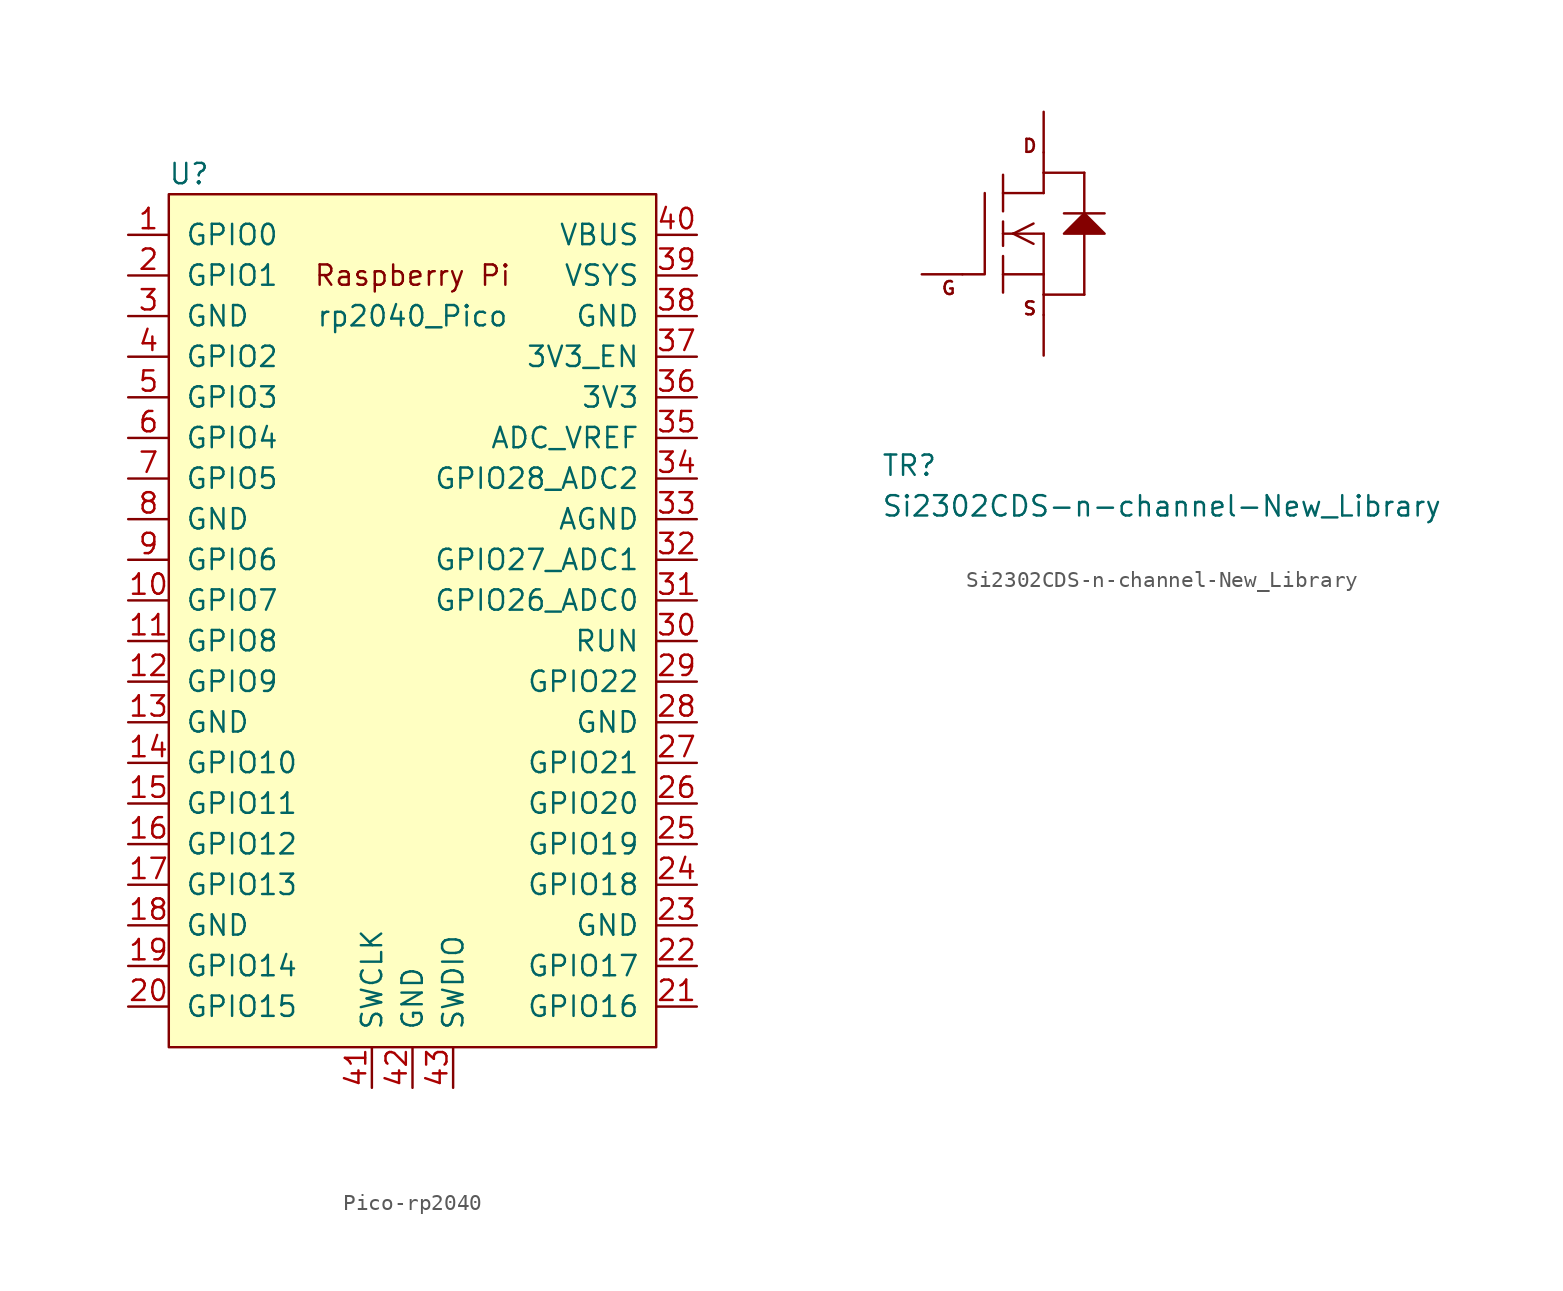
<source format=kicad_sym>
(kicad_symbol_lib
  (version 20231120)
  (generator "kicad_symbol_editor")
  (generator_version "8.0")
  (symbol "Pico-rp2040"
    (pin_names
      (offset 1.016))
    (property "Reference" "U"
      (at -13.97 27.94 0)
      (effects (font (size 1.27 1.27))))
    (property "Value" "rp2040_Pico"
      (at 0 19.05 0)
      (effects (font (size 1.27 1.27))))
    (symbol "Pico-rp2040_0_0"
      (text "Raspberry Pi" (at 0 21.59 0) (effects (font (size 1.27 1.27)))))
    (symbol "Pico-rp2040_0_1"
      (rectangle (start -15.24 26.67) (end 15.24 -26.67) (stroke (width 0) (type solid)) (fill (type background))))
    (symbol "Pico-rp2040_1_1"
      (pin bidirectional line (at -17.78 24.13 0) (length 2.54) (name "GPIO0" (effects (font (size 1.27 1.27)))) (number "1" (effects (font (size 1.27 1.27)))))
      (pin bidirectional line (at -17.78 1.27 0) (length 2.54) (name "GPIO7" (effects (font (size 1.27 1.27)))) (number "10" (effects (font (size 1.27 1.27)))))
      (pin bidirectional line (at -17.78 -1.27 0) (length 2.54) (name "GPIO8" (effects (font (size 1.27 1.27)))) (number "11" (effects (font (size 1.27 1.27)))))
      (pin bidirectional line (at -17.78 -3.81 0) (length 2.54) (name "GPIO9" (effects (font (size 1.27 1.27)))) (number "12" (effects (font (size 1.27 1.27)))))
      (pin power_in line (at -17.78 -6.35 0) (length 2.54) (name "GND" (effects (font (size 1.27 1.27)))) (number "13" (effects (font (size 1.27 1.27)))))
      (pin bidirectional line (at -17.78 -8.89 0) (length 2.54) (name "GPIO10" (effects (font (size 1.27 1.27)))) (number "14" (effects (font (size 1.27 1.27)))))
      (pin bidirectional line (at -17.78 -11.43 0) (length 2.54) (name "GPIO11" (effects (font (size 1.27 1.27)))) (number "15" (effects (font (size 1.27 1.27)))))
      (pin bidirectional line (at -17.78 -13.97 0) (length 2.54) (name "GPIO12" (effects (font (size 1.27 1.27)))) (number "16" (effects (font (size 1.27 1.27)))))
      (pin bidirectional line (at -17.78 -16.51 0) (length 2.54) (name "GPIO13" (effects (font (size 1.27 1.27)))) (number "17" (effects (font (size 1.27 1.27)))))
      (pin power_in line (at -17.78 -19.05 0) (length 2.54) (name "GND" (effects (font (size 1.27 1.27)))) (number "18" (effects (font (size 1.27 1.27)))))
      (pin bidirectional line (at -17.78 -21.59 0) (length 2.54) (name "GPIO14" (effects (font (size 1.27 1.27)))) (number "19" (effects (font (size 1.27 1.27)))))
      (pin bidirectional line (at -17.78 21.59 0) (length 2.54) (name "GPIO1" (effects (font (size 1.27 1.27)))) (number "2" (effects (font (size 1.27 1.27)))))
      (pin bidirectional line (at -17.78 -24.13 0) (length 2.54) (name "GPIO15" (effects (font (size 1.27 1.27)))) (number "20" (effects (font (size 1.27 1.27)))))
      (pin bidirectional line (at 17.78 -24.13 180) (length 2.54) (name "GPIO16" (effects (font (size 1.27 1.27)))) (number "21" (effects (font (size 1.27 1.27)))))
      (pin bidirectional line (at 17.78 -21.59 180) (length 2.54) (name "GPIO17" (effects (font (size 1.27 1.27)))) (number "22" (effects (font (size 1.27 1.27)))))
      (pin power_in line (at 17.78 -19.05 180) (length 2.54) (name "GND" (effects (font (size 1.27 1.27)))) (number "23" (effects (font (size 1.27 1.27)))))
      (pin bidirectional line (at 17.78 -16.51 180) (length 2.54) (name "GPIO18" (effects (font (size 1.27 1.27)))) (number "24" (effects (font (size 1.27 1.27)))))
      (pin bidirectional line (at 17.78 -13.97 180) (length 2.54) (name "GPIO19" (effects (font (size 1.27 1.27)))) (number "25" (effects (font (size 1.27 1.27)))))
      (pin bidirectional line (at 17.78 -11.43 180) (length 2.54) (name "GPIO20" (effects (font (size 1.27 1.27)))) (number "26" (effects (font (size 1.27 1.27)))))
      (pin bidirectional line (at 17.78 -8.89 180) (length 2.54) (name "GPIO21" (effects (font (size 1.27 1.27)))) (number "27" (effects (font (size 1.27 1.27)))))
      (pin power_in line (at 17.78 -6.35 180) (length 2.54) (name "GND" (effects (font (size 1.27 1.27)))) (number "28" (effects (font (size 1.27 1.27)))))
      (pin bidirectional line (at 17.78 -3.81 180) (length 2.54) (name "GPIO22" (effects (font (size 1.27 1.27)))) (number "29" (effects (font (size 1.27 1.27)))))
      (pin power_in line (at -17.78 19.05 0) (length 2.54) (name "GND" (effects (font (size 1.27 1.27)))) (number "3" (effects (font (size 1.27 1.27)))))
      (pin input line (at 17.78 -1.27 180) (length 2.54) (name "RUN" (effects (font (size 1.27 1.27)))) (number "30" (effects (font (size 1.27 1.27)))))
      (pin bidirectional line (at 17.78 1.27 180) (length 2.54) (name "GPIO26_ADC0" (effects (font (size 1.27 1.27)))) (number "31" (effects (font (size 1.27 1.27)))))
      (pin bidirectional line (at 17.78 3.81 180) (length 2.54) (name "GPIO27_ADC1" (effects (font (size 1.27 1.27)))) (number "32" (effects (font (size 1.27 1.27)))))
      (pin power_in line (at 17.78 6.35 180) (length 2.54) (name "AGND" (effects (font (size 1.27 1.27)))) (number "33" (effects (font (size 1.27 1.27)))))
      (pin bidirectional line (at 17.78 8.89 180) (length 2.54) (name "GPIO28_ADC2" (effects (font (size 1.27 1.27)))) (number "34" (effects (font (size 1.27 1.27)))))
      (pin unspecified line (at 17.78 11.43 180) (length 2.54) (name "ADC_VREF" (effects (font (size 1.27 1.27)))) (number "35" (effects (font (size 1.27 1.27)))))
      (pin unspecified line (at 17.78 13.97 180) (length 2.54) (name "3V3" (effects (font (size 1.27 1.27)))) (number "36" (effects (font (size 1.27 1.27)))))
      (pin input line (at 17.78 16.51 180) (length 2.54) (name "3V3_EN" (effects (font (size 1.27 1.27)))) (number "37" (effects (font (size 1.27 1.27)))))
      (pin bidirectional line (at 17.78 19.05 180) (length 2.54) (name "GND" (effects (font (size 1.27 1.27)))) (number "38" (effects (font (size 1.27 1.27)))))
      (pin unspecified line (at 17.78 21.59 180) (length 2.54) (name "VSYS" (effects (font (size 1.27 1.27)))) (number "39" (effects (font (size 1.27 1.27)))))
      (pin bidirectional line (at -17.78 16.51 0) (length 2.54) (name "GPIO2" (effects (font (size 1.27 1.27)))) (number "4" (effects (font (size 1.27 1.27)))))
      (pin unspecified line (at 17.78 24.13 180) (length 2.54) (name "VBUS" (effects (font (size 1.27 1.27)))) (number "40" (effects (font (size 1.27 1.27)))))
      (pin input line (at -2.54 -29.21 90) (length 2.54) (name "SWCLK" (effects (font (size 1.27 1.27)))) (number "41" (effects (font (size 1.27 1.27)))))
      (pin power_in line (at 0 -29.21 90) (length 2.54) (name "GND" (effects (font (size 1.27 1.27)))) (number "42" (effects (font (size 1.27 1.27)))))
      (pin bidirectional line (at 2.54 -29.21 90) (length 2.54) (name "SWDIO" (effects (font (size 1.27 1.27)))) (number "43" (effects (font (size 1.27 1.27)))))
      (pin bidirectional line (at -17.78 13.97 0) (length 2.54) (name "GPIO3" (effects (font (size 1.27 1.27)))) (number "5" (effects (font (size 1.27 1.27)))))
      (pin bidirectional line (at -17.78 11.43 0) (length 2.54) (name "GPIO4" (effects (font (size 1.27 1.27)))) (number "6" (effects (font (size 1.27 1.27)))))
      (pin bidirectional line (at -17.78 8.89 0) (length 2.54) (name "GPIO5" (effects (font (size 1.27 1.27)))) (number "7" (effects (font (size 1.27 1.27)))))
      (pin power_in line (at -17.78 6.35 0) (length 2.54) (name "GND" (effects (font (size 1.27 1.27)))) (number "8" (effects (font (size 1.27 1.27)))))
      (pin bidirectional line (at -17.78 3.81 0) (length 2.54) (name "GPIO6" (effects (font (size 1.27 1.27)))) (number "9" (effects (font (size 1.27 1.27)))))))
  (symbol "Si2302CDS-n-channel-New_Library"
    (pin_numbers hide)
    (pin_names
      (offset 1.016) hide)
    (property "Reference" "TR"
      (at -7.62 -15.24 0)
      (effects (font (size 1.27 1.27)) (justify left bottom)))
    (property "Value" "Si2302CDS-n-channel-New_Library"
      (at -7.62 -17.78 0)
      (effects (font (size 1.27 1.27)) (justify left bottom)))
    (symbol "Si2302CDS-n-channel-New_Library_1_0"
      (polyline (pts (xy -2.54 -2.54) (xy -1.219 -2.54)) (stroke (width 0) (type solid)) (fill (type none)))
      (polyline (pts (xy -1.143 2.54) (xy -1.143 -2.54)) (stroke (width 0) (type solid)) (fill (type none)))
      (polyline (pts (xy 0 -2.54) (xy 0 -3.683)) (stroke (width 0) (type solid)) (fill (type none)))
      (polyline (pts (xy 0 -2.54) (xy 2.54 -2.54)) (stroke (width 0) (type solid)) (fill (type none)))
      (polyline (pts (xy 0 -1.397) (xy 0 -2.54)) (stroke (width 0) (type solid)) (fill (type none)))
      (polyline (pts (xy 0 0) (xy 0 -0.762)) (stroke (width 0) (type solid)) (fill (type none)))
      (polyline (pts (xy 0 0) (xy 0.635 0)) (stroke (width 0) (type solid)) (fill (type none)))
      (polyline (pts (xy 0 0.762) (xy 0 0)) (stroke (width 0) (type solid)) (fill (type none)))
      (polyline (pts (xy 0 2.54) (xy 0 1.397)) (stroke (width 0) (type solid)) (fill (type none)))
      (polyline (pts (xy 0 2.54) (xy 2.54 2.54)) (stroke (width 0) (type solid)) (fill (type none)))
      (polyline (pts (xy 0 3.683) (xy 0 2.54)) (stroke (width 0) (type solid)) (fill (type none)))
      (polyline (pts (xy 0.635 0) (xy 2.54 0)) (stroke (width 0) (type solid)) (fill (type none)))
      (polyline (pts (xy 1.905 -0.635) (xy 0.635 0)) (stroke (width 0) (type solid)) (fill (type none)))
      (polyline (pts (xy 1.905 0.635) (xy 0.635 0)) (stroke (width 0) (type solid)) (fill (type none)))
      (polyline (pts (xy 2.54 -5.08) (xy 2.54 -3.81)) (stroke (width 0) (type solid)) (fill (type none)))
      (polyline (pts (xy 2.54 -2.54) (xy 2.54 -3.81)) (stroke (width 0) (type solid)) (fill (type none)))
      (polyline (pts (xy 2.54 0) (xy 2.54 -2.54)) (stroke (width 0) (type solid)) (fill (type none)))
      (polyline (pts (xy 2.54 2.54) (xy 2.54 3.81)) (stroke (width 0) (type solid)) (fill (type none)))
      (polyline (pts (xy 2.54 5.08) (xy 2.54 3.81)) (stroke (width 0) (type solid)) (fill (type none)))
      (polyline (pts (xy 5.08 -3.81) (xy 2.54 -3.81)) (stroke (width 0) (type solid)) (fill (type none)))
      (polyline (pts (xy 5.08 0) (xy 5.08 -3.81)) (stroke (width 0) (type solid)) (fill (type none)))
      (polyline (pts (xy 5.08 1.27) (xy 3.81 1.27)) (stroke (width 0) (type solid)) (fill (type none)))
      (polyline (pts (xy 5.08 1.27) (xy 5.08 3.81)) (stroke (width 0) (type solid)) (fill (type none)))
      (polyline (pts (xy 5.08 1.27) (xy 6.35 1.27)) (stroke (width 0) (type solid)) (fill (type none)))
      (polyline (pts (xy 5.08 3.81) (xy 2.54 3.81)) (stroke (width 0) (type solid)) (fill (type none)))
      (text "D" (at 1.676 5.486 0) (effects (font (size 0.813 0.813))))
      (text "G" (at -3.404 -3.404 0) (effects (font (size 0.813 0.813))))
      (text "S" (at 1.676 -4.674 0) (effects (font (size 0.813 0.813)))))
    (symbol "Si2302CDS-n-channel-New_Library_1_1"
      (polyline (pts (xy 5.08 1.27) (xy 3.81 0) (xy 3.81 0) (xy 6.35 0) (xy 6.35 0) (xy 5.08 1.27)) (stroke (width 0) (type solid)) (fill (type outline)))
      (pin passive line (at -5.08 -2.54 0) (length 2.54) (name "G" (effects (font (size 1.016 1.016)))) (number "1" (effects (font (size 1.016 1.016)))))
      (pin passive line (at 2.54 -7.62 90) (length 2.54) (name "S" (effects (font (size 1.016 1.016)))) (number "2" (effects (font (size 1.016 1.016)))))
      (pin passive line (at 2.54 7.62 270) (length 2.54) (name "D" (effects (font (size 1.016 1.016)))) (number "3" (effects (font (size 1.016 1.016))))))))
</source>
